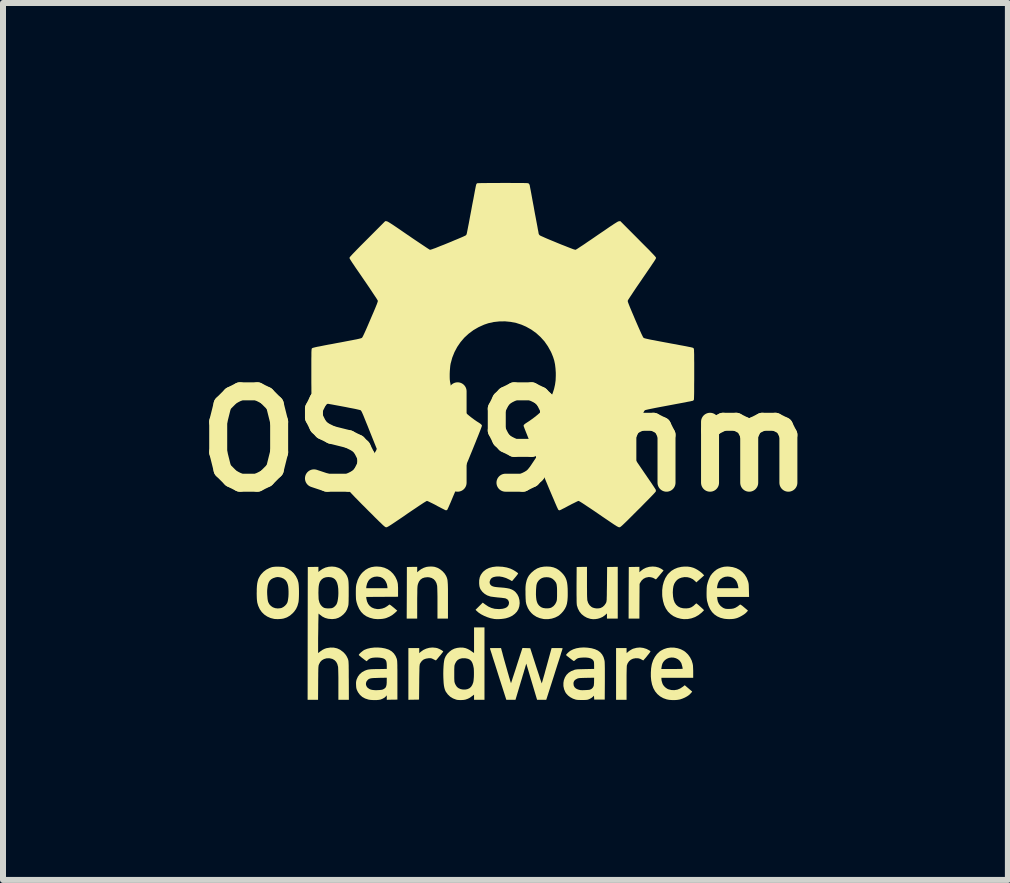
<source format=kicad_pcb>
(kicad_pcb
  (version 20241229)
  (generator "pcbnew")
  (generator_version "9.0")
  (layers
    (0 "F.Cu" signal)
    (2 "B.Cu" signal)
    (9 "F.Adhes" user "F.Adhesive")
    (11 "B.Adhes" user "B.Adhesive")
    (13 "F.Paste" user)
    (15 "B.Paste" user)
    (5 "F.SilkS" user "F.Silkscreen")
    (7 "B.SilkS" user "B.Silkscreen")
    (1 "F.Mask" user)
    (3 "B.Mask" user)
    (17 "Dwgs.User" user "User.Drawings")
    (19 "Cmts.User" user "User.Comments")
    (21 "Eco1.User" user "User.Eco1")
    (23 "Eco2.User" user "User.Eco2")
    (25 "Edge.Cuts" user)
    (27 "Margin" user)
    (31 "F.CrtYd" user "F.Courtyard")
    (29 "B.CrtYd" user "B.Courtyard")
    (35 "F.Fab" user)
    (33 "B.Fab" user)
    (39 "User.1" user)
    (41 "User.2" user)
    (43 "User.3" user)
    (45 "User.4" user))
  (footprint "OSH9mm"
    (layer "F.Cu")
    (at 5.378 4.309)
    (property "Reference" "OSH9mm" (at 0 0 0) (layer "F.SilkS") (effects (font (size 1.524 1.524) (thickness 0.3))))
    (attr board_only exclude_from_pos_files exclude_from_bom)
    (fp_poly (pts (xy 2.506 2.091) (xy 2.555 2.104) (xy 2.598 2.125) (xy 2.622 2.142) (xy 2.636 2.153) (xy 2.611 2.183) (xy 2.58 2.22) (xy 2.556 2.249) (xy 2.537 2.271) (xy 2.524 2.286) (xy 2.515 2.296) (xy 2.509 2.3) (xy 2.508 2.301) (xy 2.5 2.298) (xy 2.488 2.291) (xy 2.488 2.29) (xy 2.459 2.275) (xy 2.426 2.266) (xy 2.392 2.262) (xy 2.383 2.263) (xy 2.339 2.272) (xy 2.302 2.291) (xy 2.271 2.319) (xy 2.249 2.352) (xy 2.236 2.377) (xy 2.234 2.666) (xy 2.233 2.955) (xy 2.053 2.955) (xy 2.054 2.525) (xy 2.056 2.095) (xy 2.233 2.092) (xy 2.233 2.183) (xy 2.256 2.161) (xy 2.297 2.13) (xy 2.344 2.107) (xy 2.396 2.092) (xy 2.452 2.087) (xy 2.456 2.087)) (stroke (width 0) (type solid)) (fill yes) (layer "F.SilkS"))
    (fp_poly (pts (xy 2.297 3.444) (xy 2.352 3.461) (xy 2.367 3.469) (xy 2.388 3.48) (xy 2.405 3.49) (xy 2.416 3.497) (xy 2.417 3.5) (xy 2.415 3.507) (xy 2.406 3.522) (xy 2.39 3.543) (xy 2.368 3.57) (xy 2.342 3.603) (xy 2.31 3.639) (xy 2.301 3.651) (xy 2.294 3.651) (xy 2.282 3.645) (xy 2.275 3.641) (xy 2.244 3.625) (xy 2.213 3.617) (xy 2.178 3.616) (xy 2.169 3.616) (xy 2.126 3.624) (xy 2.09 3.641) (xy 2.06 3.667) (xy 2.037 3.701) (xy 2.025 3.733) (xy 2.023 3.744) (xy 2.022 3.766) (xy 2.021 3.799) (xy 2.02 3.842) (xy 2.019 3.897) (xy 2.019 3.961) (xy 2.019 4.03) (xy 2.019 4.309) (xy 1.844 4.309) (xy 1.844 3.446) (xy 2.019 3.446) (xy 2.019 3.492) (xy 2.02 3.515) (xy 2.021 3.528) (xy 2.023 3.531) (xy 2.025 3.529) (xy 2.035 3.517) (xy 2.052 3.503) (xy 2.074 3.487) (xy 2.097 3.473) (xy 2.119 3.461) (xy 2.129 3.457) (xy 2.186 3.442) (xy 2.242 3.437)) (stroke (width 0) (type solid)) (fill yes) (layer "F.SilkS"))
    (fp_poly (pts (xy -1.164 3.442) (xy -1.139 3.447) (xy -1.121 3.454) (xy -1.1 3.463) (xy -1.079 3.474) (xy -1.06 3.485) (xy -1.046 3.495) (xy -1.038 3.502) (xy -1.038 3.504) (xy -1.041 3.509) (xy -1.051 3.522) (xy -1.065 3.54) (xy -1.083 3.563) (xy -1.098 3.58) (xy -1.118 3.604) (xy -1.135 3.625) (xy -1.149 3.641) (xy -1.157 3.65) (xy -1.159 3.653) (xy -1.164 3.651) (xy -1.177 3.645) (xy -1.194 3.637) (xy -1.199 3.634) (xy -1.219 3.624) (xy -1.235 3.618) (xy -1.25 3.615) (xy -1.269 3.615) (xy -1.283 3.616) (xy -1.327 3.623) (xy -1.364 3.637) (xy -1.394 3.661) (xy -1.418 3.694) (xy -1.426 3.709) (xy -1.428 3.715) (xy -1.43 3.723) (xy -1.431 3.733) (xy -1.433 3.747) (xy -1.434 3.766) (xy -1.435 3.791) (xy -1.435 3.822) (xy -1.436 3.861) (xy -1.437 3.908) (xy -1.438 3.965) (xy -1.438 4.018) (xy -1.441 4.306) (xy -1.619 4.309) (xy -1.619 3.446) (xy -1.438 3.446) (xy -1.438 3.531) (xy -1.411 3.508) (xy -1.369 3.478) (xy -1.321 3.456) (xy -1.27 3.442) (xy -1.216 3.437)) (stroke (width 0) (type solid)) (fill yes) (layer "F.SilkS"))
    (fp_poly (pts (xy 1.359 2.357) (xy 1.359 2.431) (xy 1.36 2.496) (xy 1.36 2.549) (xy 1.361 2.592) (xy 1.363 2.624) (xy 1.364 2.645) (xy 1.365 2.652) (xy 1.379 2.695) (xy 1.401 2.73) (xy 1.431 2.758) (xy 1.451 2.77) (xy 1.478 2.779) (xy 1.511 2.785) (xy 1.545 2.785) (xy 1.576 2.781) (xy 1.589 2.777) (xy 1.621 2.76) (xy 1.649 2.734) (xy 1.671 2.703) (xy 1.676 2.694) (xy 1.679 2.687) (xy 1.681 2.681) (xy 1.683 2.673) (xy 1.685 2.664) (xy 1.686 2.652) (xy 1.688 2.635) (xy 1.688 2.614) (xy 1.689 2.587) (xy 1.69 2.553) (xy 1.69 2.511) (xy 1.691 2.46) (xy 1.692 2.4) (xy 1.692 2.38) (xy 1.695 2.095) (xy 1.872 2.092) (xy 1.872 2.955) (xy 1.692 2.955) (xy 1.692 2.869) (xy 1.663 2.895) (xy 1.622 2.926) (xy 1.575 2.947) (xy 1.537 2.958) (xy 1.496 2.964) (xy 1.459 2.965) (xy 1.42 2.96) (xy 1.411 2.958) (xy 1.358 2.941) (xy 1.31 2.914) (xy 1.268 2.88) (xy 1.234 2.838) (xy 1.208 2.789) (xy 1.191 2.736) (xy 1.19 2.732) (xy 1.189 2.718) (xy 1.187 2.694) (xy 1.186 2.661) (xy 1.186 2.618) (xy 1.185 2.564) (xy 1.185 2.499) (xy 1.185 2.424) (xy 1.185 2.397) (xy 1.187 2.095) (xy 1.273 2.093) (xy 1.359 2.092)) (stroke (width 0) (type solid)) (fill yes) (layer "F.SilkS"))
    (fp_poly (pts (xy -1.214 2.088) (xy -1.184 2.092) (xy -1.179 2.093) (xy -1.134 2.108) (xy -1.09 2.133) (xy -1.05 2.165) (xy -1.016 2.202) (xy -0.993 2.238) (xy -0.986 2.252) (xy -0.98 2.266) (xy -0.975 2.28) (xy -0.971 2.294) (xy -0.967 2.312) (xy -0.965 2.332) (xy -0.963 2.357) (xy -0.961 2.387) (xy -0.96 2.423) (xy -0.959 2.466) (xy -0.959 2.518) (xy -0.959 2.579) (xy -0.959 2.65) (xy -0.959 2.652) (xy -0.959 2.955) (xy -1.134 2.955) (xy -1.134 2.7) (xy -1.134 2.641) (xy -1.134 2.586) (xy -1.135 2.536) (xy -1.136 2.493) (xy -1.137 2.457) (xy -1.138 2.43) (xy -1.139 2.412) (xy -1.139 2.409) (xy -1.151 2.363) (xy -1.171 2.326) (xy -1.197 2.298) (xy -1.231 2.278) (xy -1.271 2.267) (xy -1.303 2.265) (xy -1.348 2.27) (xy -1.386 2.283) (xy -1.418 2.306) (xy -1.442 2.338) (xy -1.459 2.378) (xy -1.466 2.409) (xy -1.467 2.423) (xy -1.469 2.447) (xy -1.47 2.48) (xy -1.47 2.521) (xy -1.471 2.569) (xy -1.472 2.622) (xy -1.472 2.68) (xy -1.472 2.7) (xy -1.472 2.955) (xy -1.647 2.955) (xy -1.645 2.525) (xy -1.644 2.095) (xy -1.558 2.093) (xy -1.472 2.092) (xy -1.472 2.183) (xy -1.442 2.157) (xy -1.405 2.13) (xy -1.362 2.108) (xy -1.319 2.094) (xy -1.315 2.093) (xy -1.284 2.089) (xy -1.249 2.087)) (stroke (width 0) (type solid)) (fill yes) (layer "F.SilkS"))
    (fp_poly (pts (xy 3.037 2.088) (xy 3.087 2.095) (xy 3.133 2.108) (xy 3.167 2.123) (xy 3.205 2.144) (xy 3.244 2.171) (xy 3.279 2.199) (xy 3.293 2.214) (xy 3.313 2.234) (xy 3.287 2.258) (xy 3.27 2.273) (xy 3.249 2.292) (xy 3.227 2.311) (xy 3.222 2.316) (xy 3.182 2.351) (xy 3.163 2.331) (xy 3.125 2.299) (xy 3.081 2.277) (xy 3.034 2.265) (xy 2.985 2.263) (xy 2.935 2.272) (xy 2.893 2.288) (xy 2.859 2.312) (xy 2.857 2.315) (xy 2.832 2.344) (xy 2.813 2.377) (xy 2.8 2.416) (xy 2.793 2.462) (xy 2.79 2.516) (xy 2.79 2.524) (xy 2.794 2.587) (xy 2.804 2.642) (xy 2.821 2.687) (xy 2.846 2.724) (xy 2.877 2.752) (xy 2.916 2.772) (xy 2.962 2.783) (xy 3.014 2.785) (xy 3.016 2.785) (xy 3.061 2.78) (xy 3.098 2.767) (xy 3.132 2.745) (xy 3.152 2.727) (xy 3.166 2.714) (xy 3.177 2.705) (xy 3.183 2.701) (xy 3.188 2.705) (xy 3.2 2.714) (xy 3.217 2.728) (xy 3.236 2.745) (xy 3.256 2.763) (xy 3.276 2.781) (xy 3.292 2.796) (xy 3.304 2.808) (xy 3.31 2.814) (xy 3.31 2.815) (xy 3.306 2.82) (xy 3.296 2.831) (xy 3.281 2.845) (xy 3.274 2.853) (xy 3.22 2.896) (xy 3.162 2.929) (xy 3.101 2.951) (xy 3.037 2.963) (xy 2.972 2.964) (xy 2.924 2.958) (xy 2.86 2.941) (xy 2.802 2.915) (xy 2.752 2.88) (xy 2.709 2.838) (xy 2.674 2.787) (xy 2.646 2.728) (xy 2.627 2.662) (xy 2.615 2.589) (xy 2.613 2.557) (xy 2.613 2.48) (xy 2.622 2.407) (xy 2.64 2.34) (xy 2.665 2.28) (xy 2.699 2.226) (xy 2.72 2.202) (xy 2.765 2.16) (xy 2.816 2.129) (xy 2.872 2.106) (xy 2.935 2.092) (xy 2.981 2.088)) (stroke (width 0) (type solid)) (fill yes) (layer "F.SilkS"))
    (fp_poly (pts (xy -2.078 2.092) (xy -2.019 2.107) (xy -1.964 2.132) (xy -1.915 2.166) (xy -1.873 2.208) (xy -1.838 2.257) (xy -1.811 2.314) (xy -1.801 2.346) (xy -1.797 2.364) (xy -1.794 2.383) (xy -1.793 2.408) (xy -1.791 2.44) (xy -1.791 2.48) (xy -1.791 2.487) (xy -1.791 2.591) (xy -2.322 2.594) (xy -2.32 2.618) (xy -2.309 2.668) (xy -2.29 2.71) (xy -2.263 2.744) (xy -2.229 2.77) (xy -2.188 2.787) (xy -2.141 2.796) (xy -2.107 2.796) (xy -2.056 2.788) (xy -2.011 2.772) (xy -1.972 2.748) (xy -1.956 2.736) (xy -1.943 2.726) (xy -1.937 2.722) (xy -1.93 2.722) (xy -1.917 2.73) (xy -1.897 2.745) (xy -1.869 2.768) (xy -1.867 2.769) (xy -1.804 2.823) (xy -1.843 2.86) (xy -1.885 2.894) (xy -1.934 2.923) (xy -1.986 2.945) (xy -2.01 2.952) (xy -2.047 2.959) (xy -2.09 2.963) (xy -2.134 2.964) (xy -2.176 2.961) (xy -2.2 2.958) (xy -2.263 2.941) (xy -2.319 2.917) (xy -2.367 2.884) (xy -2.407 2.843) (xy -2.44 2.793) (xy -2.466 2.735) (xy -2.48 2.691) (xy -2.485 2.671) (xy -2.489 2.652) (xy -2.492 2.634) (xy -2.493 2.613) (xy -2.494 2.587) (xy -2.495 2.554) (xy -2.495 2.529) (xy -2.495 2.49) (xy -2.494 2.459) (xy -2.494 2.448) (xy -2.322 2.448) (xy -1.967 2.448) (xy -1.97 2.416) (xy -1.978 2.378) (xy -1.995 2.339) (xy -2.018 2.305) (xy -2.021 2.302) (xy -2.051 2.278) (xy -2.086 2.262) (xy -2.129 2.255) (xy -2.144 2.254) (xy -2.189 2.259) (xy -2.229 2.274) (xy -2.262 2.297) (xy -2.288 2.329) (xy -2.307 2.369) (xy -2.319 2.416) (xy -2.32 2.424) (xy -2.322 2.448) (xy -2.494 2.448) (xy -2.493 2.434) (xy -2.491 2.414) (xy -2.488 2.395) (xy -2.484 2.376) (xy -2.482 2.371) (xy -2.464 2.311) (xy -2.439 2.259) (xy -2.408 2.213) (xy -2.38 2.182) (xy -2.336 2.144) (xy -2.288 2.116) (xy -2.236 2.097) (xy -2.179 2.088) (xy -2.142 2.087)) (stroke (width 0) (type solid)) (fill yes) (layer "F.SilkS"))
    (fp_poly (pts (xy -0.35 4.309) (xy -0.524 4.309) (xy -0.524 4.223) (xy -0.557 4.248) (xy -0.593 4.274) (xy -0.628 4.292) (xy -0.665 4.305) (xy -0.669 4.306) (xy -0.697 4.311) (xy -0.731 4.313) (xy -0.766 4.313) (xy -0.799 4.311) (xy -0.823 4.306) (xy -0.875 4.286) (xy -0.922 4.257) (xy -0.962 4.219) (xy -0.994 4.175) (xy -1.001 4.162) (xy -1.011 4.137) (xy -1.019 4.109) (xy -1.026 4.073) (xy -1.031 4.031) (xy -1.034 3.979) (xy -1.036 3.935) (xy -1.037 3.874) (xy -0.854 3.874) (xy -0.854 3.917) (xy -0.854 3.949) (xy -0.853 3.974) (xy -0.852 3.993) (xy -0.851 4.007) (xy -0.848 4.019) (xy -0.845 4.03) (xy -0.841 4.04) (xy -0.83 4.063) (xy -0.816 4.084) (xy -0.807 4.096) (xy -0.781 4.116) (xy -0.747 4.131) (xy -0.709 4.138) (xy -0.67 4.138) (xy -0.636 4.132) (xy -0.602 4.117) (xy -0.575 4.094) (xy -0.554 4.062) (xy -0.538 4.021) (xy -0.538 4.02) (xy -0.533 3.996) (xy -0.53 3.965) (xy -0.527 3.928) (xy -0.526 3.889) (xy -0.526 3.849) (xy -0.527 3.814) (xy -0.529 3.784) (xy -0.529 3.783) (xy -0.539 3.734) (xy -0.552 3.694) (xy -0.57 3.663) (xy -0.593 3.641) (xy -0.623 3.626) (xy -0.66 3.618) (xy -0.68 3.616) (xy -0.726 3.617) (xy -0.765 3.627) (xy -0.797 3.645) (xy -0.822 3.673) (xy -0.841 3.709) (xy -0.845 3.72) (xy -0.848 3.73) (xy -0.851 3.742) (xy -0.852 3.757) (xy -0.853 3.776) (xy -0.854 3.801) (xy -0.854 3.835) (xy -0.854 3.874) (xy -1.037 3.874) (xy -1.037 3.87) (xy -1.036 3.809) (xy -1.033 3.752) (xy -1.029 3.702) (xy -1.023 3.66) (xy -1.016 3.627) (xy -1.015 3.624) (xy -0.997 3.583) (xy -0.97 3.543) (xy -0.935 3.508) (xy -0.896 3.478) (xy -0.854 3.457) (xy -0.854 3.457) (xy -0.807 3.444) (xy -0.758 3.438) (xy -0.711 3.439) (xy -0.702 3.44) (xy -0.664 3.448) (xy -0.629 3.462) (xy -0.594 3.481) (xy -0.566 3.5) (xy -0.524 3.53) (xy -0.524 3.102) (xy -0.35 3.102)) (stroke (width 0) (type solid)) (fill yes) (layer "F.SilkS"))
    (fp_poly (pts (xy 3.726 2.088) (xy 3.79 2.097) (xy 3.849 2.115) (xy 3.902 2.142) (xy 3.949 2.178) (xy 3.989 2.222) (xy 4.021 2.274) (xy 4.041 2.325) (xy 4.047 2.342) (xy 4.051 2.358) (xy 4.054 2.374) (xy 4.056 2.394) (xy 4.057 2.418) (xy 4.058 2.45) (xy 4.059 2.483) (xy 4.062 2.594) (xy 3.529 2.594) (xy 3.532 2.628) (xy 3.541 2.672) (xy 3.56 2.712) (xy 3.588 2.746) (xy 3.623 2.772) (xy 3.637 2.78) (xy 3.653 2.786) (xy 3.668 2.791) (xy 3.684 2.793) (xy 3.707 2.794) (xy 3.728 2.794) (xy 3.77 2.792) (xy 3.804 2.786) (xy 3.835 2.774) (xy 3.865 2.756) (xy 3.877 2.748) (xy 3.892 2.736) (xy 3.905 2.726) (xy 3.911 2.721) (xy 3.918 2.722) (xy 3.93 2.729) (xy 3.95 2.743) (xy 3.976 2.765) (xy 3.981 2.769) (xy 4.043 2.821) (xy 4.032 2.836) (xy 4.009 2.86) (xy 3.978 2.885) (xy 3.941 2.908) (xy 3.902 2.929) (xy 3.862 2.946) (xy 3.84 2.952) (xy 3.808 2.959) (xy 3.768 2.963) (xy 3.726 2.964) (xy 3.685 2.962) (xy 3.649 2.958) (xy 3.647 2.958) (xy 3.585 2.942) (xy 3.531 2.918) (xy 3.484 2.886) (xy 3.445 2.847) (xy 3.412 2.798) (xy 3.385 2.741) (xy 3.365 2.674) (xy 3.36 2.653) (xy 3.357 2.63) (xy 3.354 2.599) (xy 3.353 2.562) (xy 3.353 2.523) (xy 3.354 2.483) (xy 3.355 2.448) (xy 3.527 2.448) (xy 3.884 2.448) (xy 3.88 2.421) (xy 3.869 2.373) (xy 3.851 2.332) (xy 3.825 2.299) (xy 3.792 2.275) (xy 3.753 2.26) (xy 3.708 2.254) (xy 3.704 2.254) (xy 3.659 2.259) (xy 3.62 2.274) (xy 3.586 2.297) (xy 3.56 2.329) (xy 3.542 2.368) (xy 3.531 2.413) (xy 3.527 2.448) (xy 3.355 2.448) (xy 3.355 2.447) (xy 3.358 2.416) (xy 3.36 2.4) (xy 3.371 2.357) (xy 3.385 2.314) (xy 3.402 2.274) (xy 3.419 2.24) (xy 3.423 2.235) (xy 3.448 2.202) (xy 3.481 2.169) (xy 3.516 2.141) (xy 3.549 2.122) (xy 3.596 2.103) (xy 3.643 2.091) (xy 3.694 2.087)) (stroke (width 0) (type solid)) (fill yes) (layer "F.SilkS"))
    (fp_poly (pts (xy 0.348 3.447) (xy 0.413 3.449) (xy 0.507 3.741) (xy 0.525 3.796) (xy 0.542 3.847) (xy 0.558 3.895) (xy 0.571 3.937) (xy 0.583 3.973) (xy 0.593 4.002) (xy 0.6 4.022) (xy 0.604 4.033) (xy 0.605 4.035) (xy 0.607 4.031) (xy 0.611 4.016) (xy 0.618 3.992) (xy 0.627 3.961) (xy 0.638 3.922) (xy 0.651 3.877) (xy 0.664 3.828) (xy 0.679 3.774) (xy 0.688 3.742) (xy 0.769 3.446) (xy 0.861 3.446) (xy 0.892 3.446) (xy 0.918 3.447) (xy 0.938 3.448) (xy 0.95 3.449) (xy 0.953 3.45) (xy 0.951 3.456) (xy 0.947 3.472) (xy 0.939 3.497) (xy 0.928 3.53) (xy 0.916 3.571) (xy 0.901 3.618) (xy 0.884 3.671) (xy 0.865 3.729) (xy 0.845 3.792) (xy 0.824 3.858) (xy 0.817 3.881) (xy 0.68 4.309) (xy 0.527 4.309) (xy 0.347 3.706) (xy 0.334 3.749) (xy 0.33 3.763) (xy 0.323 3.787) (xy 0.313 3.819) (xy 0.302 3.858) (xy 0.288 3.903) (xy 0.274 3.952) (xy 0.258 4.003) (xy 0.244 4.051) (xy 0.167 4.309) (xy 0.014 4.309) (xy -0.121 3.887) (xy -0.142 3.82) (xy -0.162 3.757) (xy -0.181 3.697) (xy -0.199 3.642) (xy -0.215 3.592) (xy -0.228 3.549) (xy -0.24 3.513) (xy -0.249 3.485) (xy -0.255 3.466) (xy -0.258 3.456) (xy -0.258 3.456) (xy -0.258 3.452) (xy -0.256 3.449) (xy -0.249 3.448) (xy -0.236 3.446) (xy -0.215 3.446) (xy -0.186 3.446) (xy -0.167 3.446) (xy -0.074 3.446) (xy -0.07 3.461) (xy -0.063 3.489) (xy -0.053 3.523) (xy -0.043 3.563) (xy -0.031 3.607) (xy -0.018 3.654) (xy -0.004 3.703) (xy 0.01 3.752) (xy 0.024 3.801) (xy 0.037 3.848) (xy 0.05 3.892) (xy 0.061 3.932) (xy 0.072 3.967) (xy 0.08 3.996) (xy 0.087 4.017) (xy 0.091 4.029) (xy 0.092 4.032) (xy 0.094 4.029) (xy 0.096 4.021) (xy 0.1 4.009) (xy 0.106 3.992) (xy 0.113 3.97) (xy 0.122 3.941) (xy 0.134 3.905) (xy 0.148 3.862) (xy 0.165 3.811) (xy 0.184 3.751) (xy 0.206 3.682) (xy 0.232 3.602) (xy 0.239 3.579) (xy 0.283 3.445)) (stroke (width 0) (type solid)) (fill yes) (layer "F.SilkS"))
    (fp_poly (pts (xy 2.813 3.439) (xy 2.871 3.449) (xy 2.925 3.467) (xy 2.976 3.494) (xy 3 3.512) (xy 3.043 3.553) (xy 3.078 3.601) (xy 3.105 3.654) (xy 3.121 3.708) (xy 3.126 3.736) (xy 3.128 3.775) (xy 3.13 3.823) (xy 3.13 3.845) (xy 3.13 3.942) (xy 2.6 3.942) (xy 2.6 3.96) (xy 2.602 3.983) (xy 2.609 4.011) (xy 2.618 4.039) (xy 2.625 4.054) (xy 2.642 4.079) (xy 2.666 4.103) (xy 2.694 4.123) (xy 2.714 4.133) (xy 2.765 4.146) (xy 2.816 4.148) (xy 2.866 4.14) (xy 2.914 4.12) (xy 2.959 4.09) (xy 2.962 4.088) (xy 2.989 4.066) (xy 3.049 4.117) (xy 3.071 4.136) (xy 3.09 4.152) (xy 3.104 4.164) (xy 3.111 4.17) (xy 3.112 4.171) (xy 3.111 4.176) (xy 3.102 4.187) (xy 3.089 4.201) (xy 3.074 4.217) (xy 3.058 4.231) (xy 3.029 4.251) (xy 2.993 4.271) (xy 2.954 4.288) (xy 2.916 4.301) (xy 2.9 4.305) (xy 2.862 4.311) (xy 2.818 4.314) (xy 2.773 4.313) (xy 2.73 4.31) (xy 2.693 4.303) (xy 2.691 4.303) (xy 2.631 4.282) (xy 2.578 4.252) (xy 2.533 4.214) (xy 2.495 4.168) (xy 2.465 4.114) (xy 2.443 4.052) (xy 2.442 4.046) (xy 2.43 3.987) (xy 2.424 3.922) (xy 2.424 3.854) (xy 2.428 3.795) (xy 2.598 3.795) (xy 2.777 3.795) (xy 2.82 3.795) (xy 2.86 3.795) (xy 2.894 3.794) (xy 2.922 3.794) (xy 2.943 3.793) (xy 2.953 3.792) (xy 2.955 3.791) (xy 2.953 3.778) (xy 2.949 3.758) (xy 2.943 3.735) (xy 2.937 3.714) (xy 2.932 3.698) (xy 2.93 3.694) (xy 2.907 3.66) (xy 2.877 3.634) (xy 2.842 3.616) (xy 2.805 3.606) (xy 2.766 3.604) (xy 2.727 3.61) (xy 2.691 3.625) (xy 2.658 3.648) (xy 2.632 3.678) (xy 2.617 3.705) (xy 2.608 3.735) (xy 2.602 3.769) (xy 2.598 3.795) (xy 2.428 3.795) (xy 2.428 3.788) (xy 2.438 3.726) (xy 2.442 3.709) (xy 2.462 3.649) (xy 2.491 3.594) (xy 2.526 3.546) (xy 2.567 3.507) (xy 2.591 3.49) (xy 2.641 3.464) (xy 2.696 3.446) (xy 2.754 3.438)) (stroke (width 0) (type solid)) (fill yes) (layer "F.SilkS"))
    (fp_poly (pts (xy -3.767 2.09) (xy -3.732 2.092) (xy -3.702 2.095) (xy -3.683 2.1) (xy -3.624 2.125) (xy -3.573 2.159) (xy -3.529 2.201) (xy -3.494 2.249) (xy -3.467 2.303) (xy -3.453 2.352) (xy -3.449 2.378) (xy -3.446 2.413) (xy -3.444 2.454) (xy -3.443 2.499) (xy -3.443 2.545) (xy -3.444 2.59) (xy -3.446 2.632) (xy -3.449 2.667) (xy -3.453 2.69) (xy -3.469 2.746) (xy -3.492 2.795) (xy -3.524 2.84) (xy -3.547 2.865) (xy -3.593 2.905) (xy -3.644 2.935) (xy -3.699 2.954) (xy -3.701 2.954) (xy -3.727 2.959) (xy -3.76 2.962) (xy -3.794 2.964) (xy -3.827 2.963) (xy -3.853 2.961) (xy -3.855 2.961) (xy -3.916 2.946) (xy -3.972 2.921) (xy -4.021 2.888) (xy -4.063 2.847) (xy -4.097 2.798) (xy -4.123 2.742) (xy -4.138 2.69) (xy -4.141 2.669) (xy -4.144 2.645) (xy -4.146 2.617) (xy -4.147 2.583) (xy -4.148 2.54) (xy -4.148 2.524) (xy -4.147 2.511) (xy -3.974 2.511) (xy -3.973 2.55) (xy -3.97 2.589) (xy -3.967 2.626) (xy -3.962 2.657) (xy -3.956 2.679) (xy -3.956 2.679) (xy -3.938 2.715) (xy -3.911 2.744) (xy -3.878 2.767) (xy -3.839 2.781) (xy -3.798 2.786) (xy -3.772 2.784) (xy -3.747 2.781) (xy -3.732 2.777) (xy -3.703 2.762) (xy -3.675 2.74) (xy -3.652 2.714) (xy -3.638 2.69) (xy -3.63 2.664) (xy -3.624 2.629) (xy -3.619 2.589) (xy -3.617 2.545) (xy -3.617 2.5) (xy -3.619 2.457) (xy -3.623 2.418) (xy -3.63 2.386) (xy -3.645 2.346) (xy -3.668 2.314) (xy -3.698 2.29) (xy -3.736 2.273) (xy -3.766 2.266) (xy -3.789 2.263) (xy -3.808 2.263) (xy -3.831 2.267) (xy -3.838 2.269) (xy -3.876 2.282) (xy -3.907 2.3) (xy -3.932 2.325) (xy -3.95 2.357) (xy -3.963 2.397) (xy -3.97 2.447) (xy -3.973 2.476) (xy -3.974 2.511) (xy -4.147 2.511) (xy -4.147 2.463) (xy -4.144 2.411) (xy -4.139 2.367) (xy -4.131 2.33) (xy -4.121 2.296) (xy -4.106 2.266) (xy -4.088 2.236) (xy -4.075 2.218) (xy -4.035 2.175) (xy -3.988 2.139) (xy -3.933 2.111) (xy -3.894 2.097) (xy -3.87 2.093) (xy -3.839 2.09) (xy -3.803 2.089)) (stroke (width 0) (type solid)) (fill yes) (layer "F.SilkS"))
    (fp_poly (pts (xy 0.748 2.09) (xy 0.8 2.101) (xy 0.848 2.12) (xy 0.892 2.148) (xy 0.934 2.185) (xy 0.962 2.215) (xy 0.985 2.246) (xy 1.003 2.278) (xy 1.017 2.314) (xy 1.027 2.354) (xy 1.033 2.4) (xy 1.037 2.455) (xy 1.038 2.519) (xy 1.038 2.524) (xy 1.038 2.566) (xy 1.037 2.601) (xy 1.035 2.629) (xy 1.033 2.655) (xy 1.029 2.681) (xy 1.024 2.71) (xy 1.023 2.713) (xy 1.011 2.751) (xy 0.991 2.791) (xy 0.964 2.831) (xy 0.932 2.867) (xy 0.898 2.898) (xy 0.88 2.911) (xy 0.829 2.937) (xy 0.773 2.955) (xy 0.714 2.964) (xy 0.655 2.964) (xy 0.634 2.962) (xy 0.573 2.948) (xy 0.516 2.925) (xy 0.465 2.892) (xy 0.434 2.864) (xy 0.4 2.824) (xy 0.374 2.782) (xy 0.354 2.733) (xy 0.349 2.718) (xy 0.345 2.703) (xy 0.342 2.687) (xy 0.339 2.67) (xy 0.338 2.648) (xy 0.336 2.621) (xy 0.335 2.586) (xy 0.334 2.554) (xy 0.508 2.554) (xy 0.511 2.603) (xy 0.516 2.644) (xy 0.525 2.678) (xy 0.537 2.706) (xy 0.554 2.73) (xy 0.564 2.741) (xy 0.593 2.764) (xy 0.627 2.778) (xy 0.668 2.784) (xy 0.694 2.784) (xy 0.722 2.783) (xy 0.743 2.779) (xy 0.761 2.773) (xy 0.769 2.769) (xy 0.802 2.746) (xy 0.829 2.714) (xy 0.847 2.679) (xy 0.851 2.668) (xy 0.854 2.657) (xy 0.857 2.644) (xy 0.858 2.628) (xy 0.859 2.606) (xy 0.86 2.577) (xy 0.86 2.54) (xy 0.86 2.526) (xy 0.86 2.479) (xy 0.859 2.441) (xy 0.856 2.411) (xy 0.853 2.387) (xy 0.847 2.367) (xy 0.839 2.35) (xy 0.828 2.335) (xy 0.815 2.319) (xy 0.786 2.293) (xy 0.755 2.276) (xy 0.718 2.267) (xy 0.685 2.265) (xy 0.643 2.268) (xy 0.608 2.279) (xy 0.577 2.298) (xy 0.555 2.319) (xy 0.541 2.337) (xy 0.53 2.355) (xy 0.522 2.375) (xy 0.516 2.4) (xy 0.513 2.43) (xy 0.51 2.469) (xy 0.509 2.495) (xy 0.508 2.554) (xy 0.334 2.554) (xy 0.334 2.546) (xy 0.334 2.503) (xy 0.333 2.468) (xy 0.334 2.441) (xy 0.335 2.419) (xy 0.337 2.4) (xy 0.339 2.381) (xy 0.343 2.362) (xy 0.343 2.36) (xy 0.355 2.312) (xy 0.371 2.272) (xy 0.392 2.236) (xy 0.421 2.202) (xy 0.434 2.188) (xy 0.48 2.149) (xy 0.528 2.119) (xy 0.582 2.099) (xy 0.64 2.089) (xy 0.688 2.087)) (stroke (width 0) (type solid)) (fill yes) (layer "F.SilkS"))
    (fp_poly (pts (xy -0.048 2.091) (xy 0.022 2.103) (xy 0.08 2.121) (xy 0.102 2.131) (xy 0.127 2.143) (xy 0.151 2.157) (xy 0.174 2.172) (xy 0.193 2.185) (xy 0.206 2.196) (xy 0.211 2.203) (xy 0.211 2.203) (xy 0.208 2.209) (xy 0.199 2.222) (xy 0.186 2.239) (xy 0.17 2.259) (xy 0.153 2.279) (xy 0.137 2.298) (xy 0.124 2.314) (xy 0.114 2.325) (xy 0.109 2.329) (xy 0.103 2.327) (xy 0.091 2.32) (xy 0.073 2.31) (xy 0.068 2.307) (xy 0.01 2.279) (xy -0.048 2.261) (xy -0.104 2.252) (xy -0.158 2.254) (xy -0.161 2.255) (xy -0.195 2.262) (xy -0.221 2.273) (xy -0.24 2.288) (xy -0.252 2.307) (xy -0.263 2.336) (xy -0.264 2.362) (xy -0.254 2.385) (xy -0.248 2.394) (xy -0.236 2.405) (xy -0.222 2.413) (xy -0.204 2.42) (xy -0.18 2.426) (xy -0.15 2.43) (xy -0.11 2.434) (xy -0.079 2.436) (xy -0.021 2.441) (xy 0.027 2.448) (xy 0.067 2.456) (xy 0.1 2.468) (xy 0.128 2.482) (xy 0.153 2.5) (xy 0.168 2.514) (xy 0.198 2.552) (xy 0.22 2.596) (xy 0.233 2.647) (xy 0.237 2.697) (xy 0.231 2.749) (xy 0.216 2.797) (xy 0.191 2.839) (xy 0.156 2.876) (xy 0.113 2.908) (xy 0.061 2.933) (xy 0.008 2.95) (xy -0.026 2.956) (xy -0.066 2.961) (xy -0.109 2.964) (xy -0.15 2.964) (xy -0.185 2.962) (xy -0.194 2.96) (xy -0.249 2.949) (xy -0.304 2.931) (xy -0.357 2.909) (xy -0.407 2.883) (xy -0.45 2.854) (xy -0.484 2.824) (xy -0.485 2.823) (xy -0.499 2.808) (xy -0.379 2.689) (xy -0.34 2.718) (xy -0.288 2.753) (xy -0.236 2.777) (xy -0.18 2.792) (xy -0.12 2.796) (xy -0.094 2.796) (xy -0.045 2.791) (xy -0.006 2.78) (xy 0.024 2.764) (xy 0.044 2.742) (xy 0.056 2.716) (xy 0.059 2.686) (xy 0.051 2.659) (xy 0.035 2.637) (xy 0.01 2.622) (xy -0.003 2.617) (xy -0.016 2.615) (xy -0.039 2.612) (xy -0.067 2.608) (xy -0.1 2.605) (xy -0.125 2.603) (xy -0.16 2.599) (xy -0.193 2.595) (xy -0.223 2.591) (xy -0.246 2.588) (xy -0.256 2.585) (xy -0.305 2.568) (xy -0.348 2.542) (xy -0.385 2.509) (xy -0.414 2.47) (xy -0.422 2.454) (xy -0.429 2.435) (xy -0.434 2.416) (xy -0.437 2.392) (xy -0.439 2.367) (xy -0.438 2.314) (xy -0.429 2.267) (xy -0.412 2.227) (xy -0.386 2.19) (xy -0.366 2.168) (xy -0.323 2.135) (xy -0.274 2.111) (xy -0.216 2.095) (xy -0.152 2.087) (xy -0.122 2.087)) (stroke (width 0) (type solid)) (fill yes) (layer "F.SilkS"))
    (fp_poly (pts (xy 1.37 3.44) (xy 1.437 3.45) (xy 1.493 3.466) (xy 1.541 3.488) (xy 1.58 3.517) (xy 1.611 3.553) (xy 1.634 3.595) (xy 1.649 3.645) (xy 1.652 3.661) (xy 1.654 3.676) (xy 1.655 3.703) (xy 1.656 3.74) (xy 1.657 3.788) (xy 1.657 3.846) (xy 1.657 3.915) (xy 1.657 3.993) (xy 1.657 4.001) (xy 1.655 4.306) (xy 1.48 4.306) (xy 1.475 4.24) (xy 1.456 4.26) (xy 1.44 4.273) (xy 1.419 4.286) (xy 1.402 4.295) (xy 1.388 4.301) (xy 1.375 4.306) (xy 1.36 4.309) (xy 1.342 4.311) (xy 1.318 4.312) (xy 1.286 4.312) (xy 1.242 4.312) (xy 1.208 4.311) (xy 1.182 4.308) (xy 1.171 4.306) (xy 1.125 4.29) (xy 1.081 4.266) (xy 1.043 4.237) (xy 1.012 4.203) (xy 0.997 4.18) (xy 0.977 4.132) (xy 0.966 4.08) (xy 0.966 4.04) (xy 1.134 4.04) (xy 1.138 4.072) (xy 1.152 4.099) (xy 1.175 4.121) (xy 1.208 4.137) (xy 1.246 4.147) (xy 1.261 4.148) (xy 1.284 4.149) (xy 1.312 4.148) (xy 1.341 4.147) (xy 1.369 4.145) (xy 1.393 4.143) (xy 1.409 4.14) (xy 1.411 4.139) (xy 1.435 4.127) (xy 1.455 4.108) (xy 1.469 4.083) (xy 1.47 4.082) (xy 1.473 4.068) (xy 1.475 4.047) (xy 1.477 4.021) (xy 1.477 4.002) (xy 1.478 3.941) (xy 1.349 3.943) (xy 1.308 3.944) (xy 1.276 3.945) (xy 1.252 3.946) (xy 1.234 3.947) (xy 1.22 3.949) (xy 1.209 3.952) (xy 1.199 3.955) (xy 1.189 3.96) (xy 1.161 3.977) (xy 1.144 3.996) (xy 1.135 4.021) (xy 1.134 4.04) (xy 0.966 4.04) (xy 0.966 4.028) (xy 0.973 3.984) (xy 0.991 3.936) (xy 1.017 3.894) (xy 1.052 3.859) (xy 1.096 3.831) (xy 1.149 3.81) (xy 1.15 3.809) (xy 1.162 3.806) (xy 1.177 3.804) (xy 1.195 3.801) (xy 1.22 3.8) (xy 1.251 3.799) (xy 1.291 3.798) (xy 1.329 3.797) (xy 1.478 3.794) (xy 1.478 3.734) (xy 1.477 3.705) (xy 1.476 3.685) (xy 1.473 3.671) (xy 1.469 3.66) (xy 1.466 3.656) (xy 1.448 3.635) (xy 1.42 3.619) (xy 1.384 3.609) (xy 1.338 3.604) (xy 1.285 3.605) (xy 1.247 3.608) (xy 1.218 3.613) (xy 1.195 3.622) (xy 1.176 3.635) (xy 1.164 3.646) (xy 1.149 3.659) (xy 1.139 3.662) (xy 1.137 3.662) (xy 1.127 3.655) (xy 1.111 3.644) (xy 1.092 3.629) (xy 1.071 3.613) (xy 1.051 3.597) (xy 1.032 3.583) (xy 1.018 3.571) (xy 1.011 3.564) (xy 1.01 3.563) (xy 1.014 3.554) (xy 1.025 3.541) (xy 1.04 3.526) (xy 1.058 3.51) (xy 1.077 3.495) (xy 1.085 3.49) (xy 1.13 3.467) (xy 1.182 3.45) (xy 1.241 3.44) (xy 1.304 3.436)) (stroke (width 0) (type solid)) (fill yes) (layer "F.SilkS"))
    (fp_poly (pts (xy -2.065 3.442) (xy -2.006 3.453) (xy -1.953 3.47) (xy -1.937 3.477) (xy -1.895 3.503) (xy -1.86 3.537) (xy -1.832 3.579) (xy -1.812 3.627) (xy -1.81 3.637) (xy -1.808 3.647) (xy -1.806 3.66) (xy -1.805 3.678) (xy -1.804 3.702) (xy -1.803 3.732) (xy -1.803 3.77) (xy -1.802 3.816) (xy -1.802 3.871) (xy -1.802 3.935) (xy -1.802 3.987) (xy -1.802 4.306) (xy -1.891 4.307) (xy -1.979 4.309) (xy -1.979 4.234) (xy -1.994 4.252) (xy -2.017 4.273) (xy -2.048 4.291) (xy -2.083 4.305) (xy -2.088 4.306) (xy -2.111 4.31) (xy -2.142 4.313) (xy -2.177 4.313) (xy -2.213 4.313) (xy -2.247 4.311) (xy -2.276 4.307) (xy -2.286 4.305) (xy -2.341 4.287) (xy -2.388 4.261) (xy -2.427 4.226) (xy -2.458 4.184) (xy -2.468 4.164) (xy -2.478 4.143) (xy -2.484 4.125) (xy -2.488 4.106) (xy -2.49 4.084) (xy -2.491 4.064) (xy -2.492 4.035) (xy -2.492 4.03) (xy -2.326 4.03) (xy -2.326 4.059) (xy -2.316 4.085) (xy -2.298 4.109) (xy -2.271 4.127) (xy -2.271 4.128) (xy -2.247 4.138) (xy -2.223 4.144) (xy -2.196 4.147) (xy -2.162 4.149) (xy -2.13 4.148) (xy -2.096 4.146) (xy -2.07 4.143) (xy -2.051 4.139) (xy -2.04 4.135) (xy -2.018 4.122) (xy -2.001 4.107) (xy -1.99 4.086) (xy -1.983 4.058) (xy -1.98 4.023) (xy -1.98 3.999) (xy -1.979 3.941) (xy -2.108 3.943) (xy -2.155 3.945) (xy -2.193 3.946) (xy -2.222 3.948) (xy -2.244 3.951) (xy -2.262 3.956) (xy -2.276 3.961) (xy -2.287 3.969) (xy -2.298 3.979) (xy -2.317 4.003) (xy -2.326 4.03) (xy -2.492 4.03) (xy -2.491 4.013) (xy -2.488 3.994) (xy -2.483 3.975) (xy -2.482 3.971) (xy -2.46 3.922) (xy -2.43 3.882) (xy -2.392 3.849) (xy -2.345 3.823) (xy -2.315 3.812) (xy -2.302 3.808) (xy -2.289 3.805) (xy -2.274 3.803) (xy -2.257 3.801) (xy -2.234 3.799) (xy -2.205 3.798) (xy -2.167 3.797) (xy -2.127 3.797) (xy -1.979 3.794) (xy -1.979 3.737) (xy -1.981 3.701) (xy -1.985 3.674) (xy -1.993 3.654) (xy -2.005 3.639) (xy -2.018 3.628) (xy -2.039 3.618) (xy -2.069 3.611) (xy -2.104 3.606) (xy -2.142 3.604) (xy -2.18 3.605) (xy -2.214 3.608) (xy -2.244 3.615) (xy -2.257 3.62) (xy -2.276 3.631) (xy -2.293 3.644) (xy -2.298 3.649) (xy -2.307 3.66) (xy -2.314 3.665) (xy -2.315 3.666) (xy -2.321 3.662) (xy -2.334 3.653) (xy -2.352 3.64) (xy -2.372 3.624) (xy -2.394 3.608) (xy -2.414 3.591) (xy -2.43 3.577) (xy -2.442 3.567) (xy -2.446 3.562) (xy -2.443 3.554) (xy -2.433 3.542) (xy -2.418 3.526) (xy -2.399 3.51) (xy -2.38 3.495) (xy -2.362 3.482) (xy -2.353 3.477) (xy -2.305 3.458) (xy -2.249 3.445) (xy -2.189 3.438) (xy -2.127 3.437)) (stroke (width 0) (type solid)) (fill yes) (layer "F.SilkS"))
    (fp_poly (pts (xy -2.839 2.092) (xy -2.788 2.107) (xy -2.761 2.119) (xy -2.73 2.139) (xy -2.7 2.167) (xy -2.672 2.198) (xy -2.651 2.229) (xy -2.645 2.24) (xy -2.637 2.258) (xy -2.63 2.275) (xy -2.625 2.292) (xy -2.621 2.312) (xy -2.618 2.334) (xy -2.616 2.362) (xy -2.615 2.395) (xy -2.614 2.436) (xy -2.614 2.486) (xy -2.614 2.529) (xy -2.614 2.581) (xy -2.615 2.622) (xy -2.615 2.655) (xy -2.616 2.682) (xy -2.617 2.702) (xy -2.618 2.719) (xy -2.62 2.733) (xy -2.623 2.745) (xy -2.626 2.758) (xy -2.627 2.76) (xy -2.643 2.805) (xy -2.665 2.843) (xy -2.695 2.878) (xy -2.703 2.886) (xy -2.744 2.919) (xy -2.785 2.942) (xy -2.83 2.957) (xy -2.881 2.963) (xy -2.901 2.963) (xy -2.957 2.958) (xy -3.008 2.944) (xy -3.055 2.92) (xy -3.099 2.886) (xy -3.117 2.871) (xy -3.121 3.053) (xy -3.121 3.106) (xy -3.122 3.165) (xy -3.123 3.225) (xy -3.124 3.284) (xy -3.124 3.338) (xy -3.124 3.382) (xy -3.124 3.53) (xy -3.086 3.501) (xy -3.053 3.478) (xy -3.023 3.462) (xy -2.991 3.45) (xy -2.978 3.447) (xy -2.918 3.438) (xy -2.862 3.439) (xy -2.808 3.451) (xy -2.758 3.474) (xy -2.712 3.508) (xy -2.703 3.515) (xy -2.673 3.547) (xy -2.65 3.58) (xy -2.631 3.618) (xy -2.626 3.631) (xy -2.624 3.638) (xy -2.622 3.645) (xy -2.62 3.653) (xy -2.618 3.664) (xy -2.617 3.677) (xy -2.616 3.694) (xy -2.615 3.716) (xy -2.614 3.744) (xy -2.614 3.779) (xy -2.613 3.821) (xy -2.613 3.872) (xy -2.613 3.933) (xy -2.612 3.986) (xy -2.611 4.309) (xy -2.786 4.309) (xy -2.786 4.051) (xy -2.786 3.991) (xy -2.786 3.935) (xy -2.787 3.885) (xy -2.788 3.842) (xy -2.789 3.805) (xy -2.79 3.778) (xy -2.791 3.76) (xy -2.792 3.757) (xy -2.804 3.712) (xy -2.823 3.676) (xy -2.85 3.648) (xy -2.885 3.628) (xy -2.926 3.618) (xy -2.942 3.616) (xy -2.986 3.618) (xy -3.026 3.63) (xy -3.061 3.65) (xy -3.089 3.679) (xy -3.108 3.716) (xy -3.111 3.723) (xy -3.114 3.73) (xy -3.116 3.739) (xy -3.117 3.749) (xy -3.119 3.763) (xy -3.12 3.78) (xy -3.121 3.803) (xy -3.121 3.832) (xy -3.122 3.868) (xy -3.122 3.912) (xy -3.123 3.966) (xy -3.123 4.028) (xy -3.125 4.309) (xy -3.299 4.309) (xy -3.298 3.202) (xy -3.297 2.524) (xy -3.119 2.524) (xy -3.118 2.558) (xy -3.117 2.59) (xy -3.116 2.619) (xy -3.114 2.641) (xy -3.112 2.648) (xy -3.101 2.689) (xy -3.082 2.725) (xy -3.058 2.753) (xy -3.03 2.773) (xy -3.02 2.777) (xy -2.999 2.782) (xy -2.97 2.785) (xy -2.939 2.785) (xy -2.911 2.783) (xy -2.891 2.78) (xy -2.866 2.768) (xy -2.842 2.748) (xy -2.821 2.723) (xy -2.809 2.698) (xy -2.8 2.667) (xy -2.793 2.627) (xy -2.788 2.582) (xy -2.786 2.534) (xy -2.786 2.524) (xy -2.788 2.459) (xy -2.795 2.405) (xy -2.807 2.36) (xy -2.824 2.324) (xy -2.846 2.297) (xy -2.874 2.278) (xy -2.905 2.267) (xy -2.952 2.262) (xy -2.994 2.266) (xy -3.031 2.278) (xy -3.063 2.3) (xy -3.087 2.33) (xy -3.093 2.34) (xy -3.102 2.362) (xy -3.109 2.386) (xy -3.114 2.415) (xy -3.117 2.45) (xy -3.118 2.494) (xy -3.119 2.524) (xy -3.297 2.524) (xy -3.296 2.095) (xy -3.119 2.092) (xy -3.119 2.178) (xy -3.096 2.158) (xy -3.051 2.127) (xy -3.001 2.104) (xy -2.948 2.091) (xy -2.894 2.087)) (stroke (width 0) (type solid)) (fill yes) (layer "F.SilkS"))
    (fp_poly (pts (xy 0.036 -4.309) (xy 0.105 -4.308) (xy 0.163 -4.308) (xy 0.213 -4.308) (xy 0.254 -4.308) (xy 0.289 -4.308) (xy 0.316 -4.307) (xy 0.338 -4.307) (xy 0.354 -4.306) (xy 0.366 -4.305) (xy 0.375 -4.304) (xy 0.381 -4.302) (xy 0.385 -4.301) (xy 0.388 -4.299) (xy 0.389 -4.297) (xy 0.399 -4.284) (xy 0.403 -4.273) (xy 0.405 -4.266) (xy 0.408 -4.248) (xy 0.413 -4.221) (xy 0.42 -4.186) (xy 0.428 -4.143) (xy 0.437 -4.094) (xy 0.447 -4.039) (xy 0.458 -3.979) (xy 0.47 -3.916) (xy 0.479 -3.864) (xy 0.491 -3.798) (xy 0.503 -3.736) (xy 0.514 -3.677) (xy 0.524 -3.624) (xy 0.533 -3.576) (xy 0.54 -3.535) (xy 0.547 -3.502) (xy 0.551 -3.477) (xy 0.554 -3.462) (xy 0.555 -3.457) (xy 0.562 -3.446) (xy 0.571 -3.436) (xy 0.579 -3.431) (xy 0.596 -3.423) (xy 0.621 -3.412) (xy 0.654 -3.397) (xy 0.693 -3.38) (xy 0.738 -3.361) (xy 0.787 -3.341) (xy 0.84 -3.319) (xy 0.869 -3.307) (xy 0.935 -3.28) (xy 0.992 -3.258) (xy 1.039 -3.239) (xy 1.078 -3.224) (xy 1.109 -3.212) (xy 1.133 -3.203) (xy 1.151 -3.198) (xy 1.163 -3.195) (xy 1.169 -3.194) (xy 1.169 -3.194) (xy 1.176 -3.198) (xy 1.192 -3.207) (xy 1.215 -3.222) (xy 1.245 -3.242) (xy 1.282 -3.266) (xy 1.324 -3.294) (xy 1.37 -3.326) (xy 1.421 -3.36) (xy 1.475 -3.397) (xy 1.527 -3.433) (xy 1.593 -3.478) (xy 1.651 -3.517) (xy 1.7 -3.551) (xy 1.742 -3.58) (xy 1.778 -3.603) (xy 1.807 -3.623) (xy 1.831 -3.638) (xy 1.85 -3.65) (xy 1.865 -3.659) (xy 1.876 -3.665) (xy 1.885 -3.668) (xy 1.891 -3.67) (xy 1.892 -3.67) (xy 1.915 -3.672) (xy 2.212 -3.374) (xy 2.27 -3.315) (xy 2.321 -3.264) (xy 2.365 -3.22) (xy 2.402 -3.183) (xy 2.432 -3.151) (xy 2.457 -3.125) (xy 2.477 -3.104) (xy 2.491 -3.088) (xy 2.501 -3.076) (xy 2.507 -3.068) (xy 2.509 -3.063) (xy 2.51 -3.062) (xy 2.51 -3.059) (xy 2.509 -3.055) (xy 2.508 -3.051) (xy 2.506 -3.046) (xy 2.503 -3.039) (xy 2.497 -3.03) (xy 2.489 -3.017) (xy 2.479 -3.001) (xy 2.465 -2.98) (xy 2.447 -2.954) (xy 2.426 -2.922) (xy 2.4 -2.884) (xy 2.369 -2.839) (xy 2.333 -2.786) (xy 2.291 -2.725) (xy 2.266 -2.688) (xy 2.229 -2.634) (xy 2.193 -2.582) (xy 2.16 -2.533) (xy 2.13 -2.488) (xy 2.104 -2.448) (xy 2.081 -2.414) (xy 2.063 -2.386) (xy 2.049 -2.365) (xy 2.042 -2.352) (xy 2.04 -2.348) (xy 2.039 -2.344) (xy 2.039 -2.338) (xy 2.04 -2.33) (xy 2.043 -2.32) (xy 2.048 -2.306) (xy 2.055 -2.287) (xy 2.065 -2.262) (xy 2.077 -2.232) (xy 2.093 -2.194) (xy 2.112 -2.149) (xy 2.135 -2.095) (xy 2.159 -2.038) (xy 2.191 -1.964) (xy 2.219 -1.9) (xy 2.243 -1.846) (xy 2.262 -1.803) (xy 2.278 -1.77) (xy 2.29 -1.746) (xy 2.297 -1.733) (xy 2.3 -1.73) (xy 2.303 -1.727) (xy 2.308 -1.724) (xy 2.314 -1.721) (xy 2.323 -1.718) (xy 2.335 -1.715) (xy 2.351 -1.711) (xy 2.373 -1.706) (xy 2.4 -1.7) (xy 2.434 -1.693) (xy 2.475 -1.686) (xy 2.525 -1.676) (xy 2.583 -1.665) (xy 2.652 -1.652) (xy 2.696 -1.644) (xy 2.775 -1.629) (xy 2.844 -1.617) (xy 2.904 -1.605) (xy 2.954 -1.596) (xy 2.997 -1.588) (xy 3.032 -1.581) (xy 3.06 -1.575) (xy 3.083 -1.571) (xy 3.1 -1.567) (xy 3.113 -1.564) (xy 3.122 -1.561) (xy 3.128 -1.558) (xy 3.132 -1.556) (xy 3.135 -1.554) (xy 3.137 -1.551) (xy 3.138 -1.549) (xy 3.14 -1.546) (xy 3.141 -1.539) (xy 3.143 -1.53) (xy 3.144 -1.517) (xy 3.144 -1.498) (xy 3.145 -1.474) (xy 3.146 -1.444) (xy 3.146 -1.407) (xy 3.146 -1.362) (xy 3.147 -1.308) (xy 3.147 -1.245) (xy 3.147 -1.172) (xy 3.147 -1.121) (xy 3.147 -1.031) (xy 3.146 -0.951) (xy 3.146 -0.882) (xy 3.146 -0.824) (xy 3.145 -0.776) (xy 3.144 -0.739) (xy 3.143 -0.712) (xy 3.142 -0.697) (xy 3.141 -0.693) (xy 3.132 -0.682) (xy 3.126 -0.677) (xy 3.118 -0.676) (xy 3.101 -0.672) (xy 3.075 -0.666) (xy 3.04 -0.66) (xy 2.998 -0.651) (xy 2.949 -0.642) (xy 2.895 -0.632) (xy 2.836 -0.621) (xy 2.773 -0.609) (xy 2.73 -0.601) (xy 2.645 -0.585) (xy 2.57 -0.571) (xy 2.507 -0.559) (xy 2.453 -0.548) (xy 2.409 -0.539) (xy 2.375 -0.532) (xy 2.35 -0.526) (xy 2.334 -0.522) (xy 2.326 -0.519) (xy 2.322 -0.516) (xy 2.318 -0.511) (xy 2.313 -0.504) (xy 2.307 -0.493) (xy 2.3 -0.479) (xy 2.291 -0.459) (xy 2.28 -0.434) (xy 2.267 -0.402) (xy 2.251 -0.363) (xy 2.232 -0.316) (xy 2.21 -0.26) (xy 2.183 -0.194) (xy 2.182 -0.192) (xy 2.056 0.125) (xy 2.065 0.148) (xy 2.069 0.157) (xy 2.08 0.174) (xy 2.096 0.199) (xy 2.116 0.23) (xy 2.141 0.267) (xy 2.17 0.31) (xy 2.201 0.356) (xy 2.235 0.406) (xy 2.271 0.459) (xy 2.287 0.482) (xy 2.323 0.535) (xy 2.358 0.586) (xy 2.39 0.633) (xy 2.42 0.676) (xy 2.446 0.715) (xy 2.468 0.748) (xy 2.485 0.774) (xy 2.498 0.794) (xy 2.505 0.805) (xy 2.506 0.807) (xy 2.508 0.825) (xy 2.505 0.839) (xy 2.499 0.845) (xy 2.487 0.859) (xy 2.468 0.88) (xy 2.443 0.906) (xy 2.412 0.938) (xy 2.377 0.974) (xy 2.337 1.014) (xy 2.294 1.058) (xy 2.249 1.104) (xy 2.208 1.144) (xy 2.153 1.199) (xy 2.106 1.246) (xy 2.065 1.287) (xy 2.031 1.321) (xy 2.002 1.349) (xy 1.978 1.372) (xy 1.958 1.391) (xy 1.943 1.405) (xy 1.931 1.415) (xy 1.921 1.423) (xy 1.914 1.428) (xy 1.908 1.431) (xy 1.904 1.432) (xy 1.899 1.432) (xy 1.897 1.432) (xy 1.892 1.432) (xy 1.886 1.43) (xy 1.878 1.427) (xy 1.867 1.421) (xy 1.852 1.413) (xy 1.834 1.401) (xy 1.811 1.387) (xy 1.783 1.368) (xy 1.749 1.345) (xy 1.708 1.317) (xy 1.659 1.284) (xy 1.603 1.246) (xy 1.554 1.212) (xy 1.481 1.162) (xy 1.417 1.119) (xy 1.361 1.082) (xy 1.315 1.051) (xy 1.278 1.027) (xy 1.249 1.009) (xy 1.23 0.998) (xy 1.22 0.993) (xy 1.219 0.993) (xy 1.211 0.995) (xy 1.194 1.002) (xy 1.17 1.014) (xy 1.14 1.029) (xy 1.105 1.046) (xy 1.068 1.066) (xy 1.057 1.071) (xy 1.02 1.091) (xy 0.985 1.11) (xy 0.954 1.125) (xy 0.93 1.138) (xy 0.912 1.146) (xy 0.902 1.15) (xy 0.901 1.15) (xy 0.89 1.147) (xy 0.881 1.141) (xy 0.877 1.134) (xy 0.869 1.117) (xy 0.857 1.092) (xy 0.843 1.059) (xy 0.825 1.018) (xy 0.805 0.97) (xy 0.782 0.917) (xy 0.757 0.858) (xy 0.73 0.795) (xy 0.702 0.728) (xy 0.673 0.658) (xy 0.643 0.586) (xy 0.613 0.512) (xy 0.582 0.438) (xy 0.551 0.364) (xy 0.521 0.29) (xy 0.492 0.218) (xy 0.463 0.148) (xy 0.436 0.082) (xy 0.411 0.019) (xy 0.387 -0.04) (xy 0.366 -0.093) (xy 0.347 -0.141) (xy 0.331 -0.181) (xy 0.318 -0.214) (xy 0.309 -0.239) (xy 0.303 -0.255) (xy 0.302 -0.262) (xy 0.307 -0.274) (xy 0.318 -0.286) (xy 0.335 -0.299) (xy 0.361 -0.316) (xy 0.401 -0.342) (xy 0.443 -0.372) (xy 0.486 -0.404) (xy 0.526 -0.436) (xy 0.562 -0.467) (xy 0.592 -0.495) (xy 0.607 -0.512) (xy 0.659 -0.575) (xy 0.706 -0.644) (xy 0.747 -0.715) (xy 0.779 -0.785) (xy 0.787 -0.803) (xy 0.81 -0.874) (xy 0.826 -0.944) (xy 0.836 -1.016) (xy 0.839 -1.093) (xy 0.839 -1.144) (xy 0.834 -1.218) (xy 0.826 -1.285) (xy 0.813 -1.347) (xy 0.794 -1.407) (xy 0.769 -1.469) (xy 0.756 -1.497) (xy 0.707 -1.585) (xy 0.65 -1.667) (xy 0.584 -1.74) (xy 0.511 -1.806) (xy 0.43 -1.864) (xy 0.342 -1.913) (xy 0.266 -1.946) (xy 0.179 -1.974) (xy 0.088 -1.992) (xy -0.006 -2.001) (xy -0.101 -2) (xy -0.194 -1.99) (xy -0.285 -1.97) (xy -0.356 -1.946) (xy -0.449 -1.904) (xy -0.535 -1.854) (xy -0.614 -1.795) (xy -0.686 -1.729) (xy -0.749 -1.655) (xy -0.804 -1.575) (xy -0.85 -1.489) (xy -0.887 -1.397) (xy -0.913 -1.301) (xy -0.914 -1.299) (xy -0.92 -1.264) (xy -0.924 -1.222) (xy -0.928 -1.174) (xy -0.93 -1.125) (xy -0.93 -1.077) (xy -0.929 -1.035) (xy -0.925 -0.999) (xy -0.925 -0.997) (xy -0.905 -0.897) (xy -0.875 -0.802) (xy -0.834 -0.71) (xy -0.783 -0.623) (xy -0.721 -0.539) (xy -0.698 -0.512) (xy -0.673 -0.486) (xy -0.641 -0.457) (xy -0.603 -0.425) (xy -0.561 -0.392) (xy -0.519 -0.361) (xy -0.477 -0.332) (xy -0.451 -0.316) (xy -0.425 -0.299) (xy -0.408 -0.285) (xy -0.397 -0.273) (xy -0.392 -0.262) (xy -0.394 -0.255) (xy -0.4 -0.238) (xy -0.409 -0.213) (xy -0.422 -0.179) (xy -0.438 -0.138) (xy -0.457 -0.09) (xy -0.479 -0.036) (xy -0.502 0.022) (xy -0.528 0.086) (xy -0.555 0.153) (xy -0.584 0.223) (xy -0.613 0.295) (xy -0.644 0.368) (xy -0.674 0.443) (xy -0.705 0.517) (xy -0.735 0.59) (xy -0.765 0.662) (xy -0.794 0.732) (xy -0.822 0.799) (xy -0.849 0.862) (xy -0.874 0.92) (xy -0.896 0.973) (xy -0.916 1.021) (xy -0.934 1.061) (xy -0.948 1.094) (xy -0.96 1.119) (xy -0.967 1.135) (xy -0.971 1.141) (xy -0.983 1.148) (xy -0.991 1.15) (xy -0.998 1.148) (xy -1.014 1.141) (xy -1.037 1.129) (xy -1.065 1.115) (xy -1.099 1.097) (xy -1.136 1.078) (xy -1.147 1.071) (xy -1.185 1.051) (xy -1.221 1.033) (xy -1.252 1.018) (xy -1.278 1.005) (xy -1.297 0.997) (xy -1.308 0.993) (xy -1.309 0.993) (xy -1.317 0.996) (xy -1.334 1.006) (xy -1.361 1.022) (xy -1.396 1.045) (xy -1.44 1.074) (xy -1.493 1.11) (xy -1.556 1.152) (xy -1.627 1.2) (xy -1.644 1.212) (xy -1.707 1.256) (xy -1.762 1.293) (xy -1.808 1.324) (xy -1.848 1.351) (xy -1.881 1.373) (xy -1.908 1.391) (xy -1.929 1.404) (xy -1.946 1.415) (xy -1.96 1.422) (xy -1.97 1.428) (xy -1.978 1.431) (xy -1.984 1.432) (xy -1.987 1.432) (xy -1.992 1.432) (xy -1.996 1.431) (xy -2.002 1.429) (xy -2.008 1.425) (xy -2.016 1.419) (xy -2.027 1.41) (xy -2.041 1.398) (xy -2.059 1.381) (xy -2.08 1.36) (xy -2.107 1.335) (xy -2.139 1.303) (xy -2.177 1.266) (xy -2.221 1.221) (xy -2.273 1.17) (xy -2.299 1.144) (xy -2.346 1.096) (xy -2.392 1.051) (xy -2.434 1.008) (xy -2.473 0.968) (xy -2.508 0.933) (xy -2.537 0.902) (xy -2.562 0.876) (xy -2.58 0.857) (xy -2.591 0.844) (xy -2.595 0.839) (xy -2.599 0.82) (xy -2.596 0.807) (xy -2.592 0.799) (xy -2.582 0.784) (xy -2.566 0.761) (xy -2.546 0.73) (xy -2.522 0.694) (xy -2.494 0.653) (xy -2.463 0.607) (xy -2.429 0.558) (xy -2.393 0.505) (xy -2.377 0.482) (xy -2.34 0.428) (xy -2.305 0.377) (xy -2.273 0.329) (xy -2.243 0.285) (xy -2.216 0.245) (xy -2.194 0.211) (xy -2.176 0.184) (xy -2.163 0.163) (xy -2.156 0.151) (xy -2.155 0.148) (xy -2.146 0.125) (xy -2.273 -0.192) (xy -2.299 -0.258) (xy -2.322 -0.314) (xy -2.341 -0.361) (xy -2.357 -0.401) (xy -2.37 -0.433) (xy -2.381 -0.458) (xy -2.39 -0.478) (xy -2.397 -0.493) (xy -2.403 -0.503) (xy -2.408 -0.511) (xy -2.412 -0.516) (xy -2.416 -0.519) (xy -2.416 -0.519) (xy -2.425 -0.522) (xy -2.441 -0.526) (xy -2.467 -0.532) (xy -2.501 -0.54) (xy -2.546 -0.549) (xy -2.6 -0.559) (xy -2.664 -0.572) (xy -2.738 -0.586) (xy -2.82 -0.601) (xy -2.884 -0.613) (xy -2.946 -0.624) (xy -3.003 -0.635) (xy -3.056 -0.645) (xy -3.103 -0.654) (xy -3.143 -0.662) (xy -3.175 -0.668) (xy -3.198 -0.673) (xy -3.212 -0.676) (xy -3.216 -0.677) (xy -3.227 -0.687) (xy -3.231 -0.693) (xy -3.233 -0.701) (xy -3.234 -0.721) (xy -3.235 -0.751) (xy -3.235 -0.792) (xy -3.236 -0.844) (xy -3.236 -0.906) (xy -3.237 -0.979) (xy -3.237 -1.063) (xy -3.237 -1.121) (xy -3.237 -1.2) (xy -3.237 -1.268) (xy -3.237 -1.327) (xy -3.237 -1.376) (xy -3.236 -1.418) (xy -3.236 -1.452) (xy -3.236 -1.479) (xy -3.235 -1.501) (xy -3.234 -1.517) (xy -3.233 -1.53) (xy -3.232 -1.538) (xy -3.23 -1.544) (xy -3.229 -1.548) (xy -3.227 -1.551) (xy -3.224 -1.553) (xy -3.219 -1.556) (xy -3.211 -1.559) (xy -3.2 -1.562) (xy -3.184 -1.566) (xy -3.163 -1.571) (xy -3.137 -1.577) (xy -3.103 -1.583) (xy -3.063 -1.591) (xy -3.014 -1.601) (xy -2.957 -1.612) (xy -2.889 -1.624) (xy -2.812 -1.639) (xy -2.811 -1.639) (xy -2.734 -1.653) (xy -2.668 -1.666) (xy -2.61 -1.677) (xy -2.562 -1.686) (xy -2.522 -1.694) (xy -2.489 -1.7) (xy -2.462 -1.706) (xy -2.441 -1.711) (xy -2.425 -1.715) (xy -2.413 -1.718) (xy -2.404 -1.721) (xy -2.398 -1.724) (xy -2.393 -1.727) (xy -2.39 -1.73) (xy -2.39 -1.73) (xy -2.384 -1.739) (xy -2.374 -1.758) (xy -2.36 -1.787) (xy -2.342 -1.826) (xy -2.32 -1.875) (xy -2.294 -1.935) (xy -2.264 -2.005) (xy -2.25 -2.038) (xy -2.223 -2.101) (xy -2.2 -2.154) (xy -2.181 -2.199) (xy -2.166 -2.235) (xy -2.154 -2.265) (xy -2.144 -2.289) (xy -2.138 -2.307) (xy -2.133 -2.321) (xy -2.13 -2.331) (xy -2.129 -2.339) (xy -2.129 -2.344) (xy -2.13 -2.348) (xy -2.134 -2.356) (xy -2.144 -2.372) (xy -2.159 -2.396) (xy -2.18 -2.427) (xy -2.204 -2.463) (xy -2.232 -2.505) (xy -2.263 -2.552) (xy -2.297 -2.602) (xy -2.333 -2.655) (xy -2.356 -2.688) (xy -2.401 -2.754) (xy -2.44 -2.811) (xy -2.474 -2.86) (xy -2.503 -2.902) (xy -2.526 -2.937) (xy -2.546 -2.966) (xy -2.562 -2.99) (xy -2.574 -3.009) (xy -2.583 -3.023) (xy -2.59 -3.035) (xy -2.595 -3.043) (xy -2.598 -3.049) (xy -2.599 -3.053) (xy -2.6 -3.057) (xy -2.6 -3.06) (xy -2.6 -3.062) (xy -2.598 -3.066) (xy -2.593 -3.074) (xy -2.584 -3.085) (xy -2.57 -3.1) (xy -2.552 -3.12) (xy -2.528 -3.145) (xy -2.499 -3.175) (xy -2.463 -3.212) (xy -2.421 -3.255) (xy -2.372 -3.304) (xy -2.315 -3.361) (xy -2.302 -3.374) (xy -2.005 -3.672) (xy -1.982 -3.67) (xy -1.977 -3.669) (xy -1.969 -3.666) (xy -1.959 -3.661) (xy -1.945 -3.653) (xy -1.927 -3.642) (xy -1.905 -3.628) (xy -1.877 -3.61) (xy -1.843 -3.587) (xy -1.803 -3.56) (xy -1.756 -3.528) (xy -1.701 -3.49) (xy -1.637 -3.446) (xy -1.617 -3.433) (xy -1.561 -3.394) (xy -1.508 -3.358) (xy -1.457 -3.324) (xy -1.411 -3.293) (xy -1.369 -3.265) (xy -1.333 -3.241) (xy -1.303 -3.221) (xy -1.281 -3.207) (xy -1.265 -3.197) (xy -1.259 -3.194) (xy -1.253 -3.195) (xy -1.241 -3.198) (xy -1.224 -3.203) (xy -1.2 -3.212) (xy -1.168 -3.223) (xy -1.129 -3.239) (xy -1.082 -3.258) (xy -1.025 -3.28) (xy -0.959 -3.307) (xy -0.959 -3.307) (xy -0.905 -3.329) (xy -0.854 -3.351) (xy -0.807 -3.37) (xy -0.765 -3.388) (xy -0.729 -3.403) (xy -0.7 -3.416) (xy -0.679 -3.426) (xy -0.666 -3.432) (xy -0.664 -3.433) (xy -0.654 -3.444) (xy -0.649 -3.451) (xy -0.647 -3.458) (xy -0.643 -3.475) (xy -0.638 -3.501) (xy -0.631 -3.536) (xy -0.623 -3.578) (xy -0.613 -3.627) (xy -0.603 -3.681) (xy -0.592 -3.741) (xy -0.58 -3.804) (xy -0.57 -3.857) (xy -0.558 -3.923) (xy -0.546 -3.986) (xy -0.534 -4.046) (xy -0.524 -4.1) (xy -0.515 -4.149) (xy -0.507 -4.192) (xy -0.5 -4.227) (xy -0.495 -4.253) (xy -0.491 -4.27) (xy -0.49 -4.276) (xy -0.484 -4.291) (xy -0.475 -4.302) (xy -0.474 -4.303) (xy -0.466 -4.304) (xy -0.447 -4.305) (xy -0.417 -4.306) (xy -0.376 -4.307) (xy -0.324 -4.307) (xy -0.263 -4.308) (xy -0.19 -4.308) (xy -0.108 -4.308) (xy -0.043 -4.309)) (stroke (width 0) (type solid)) (fill yes) (layer "F.SilkS")))
  (gr_rect
    (start -3 -3)
    (end 13.755 11.622)
    (stroke (width 0.1) (type default))
    (fill no)
    (layer "Edge.Cuts")))
</source>
